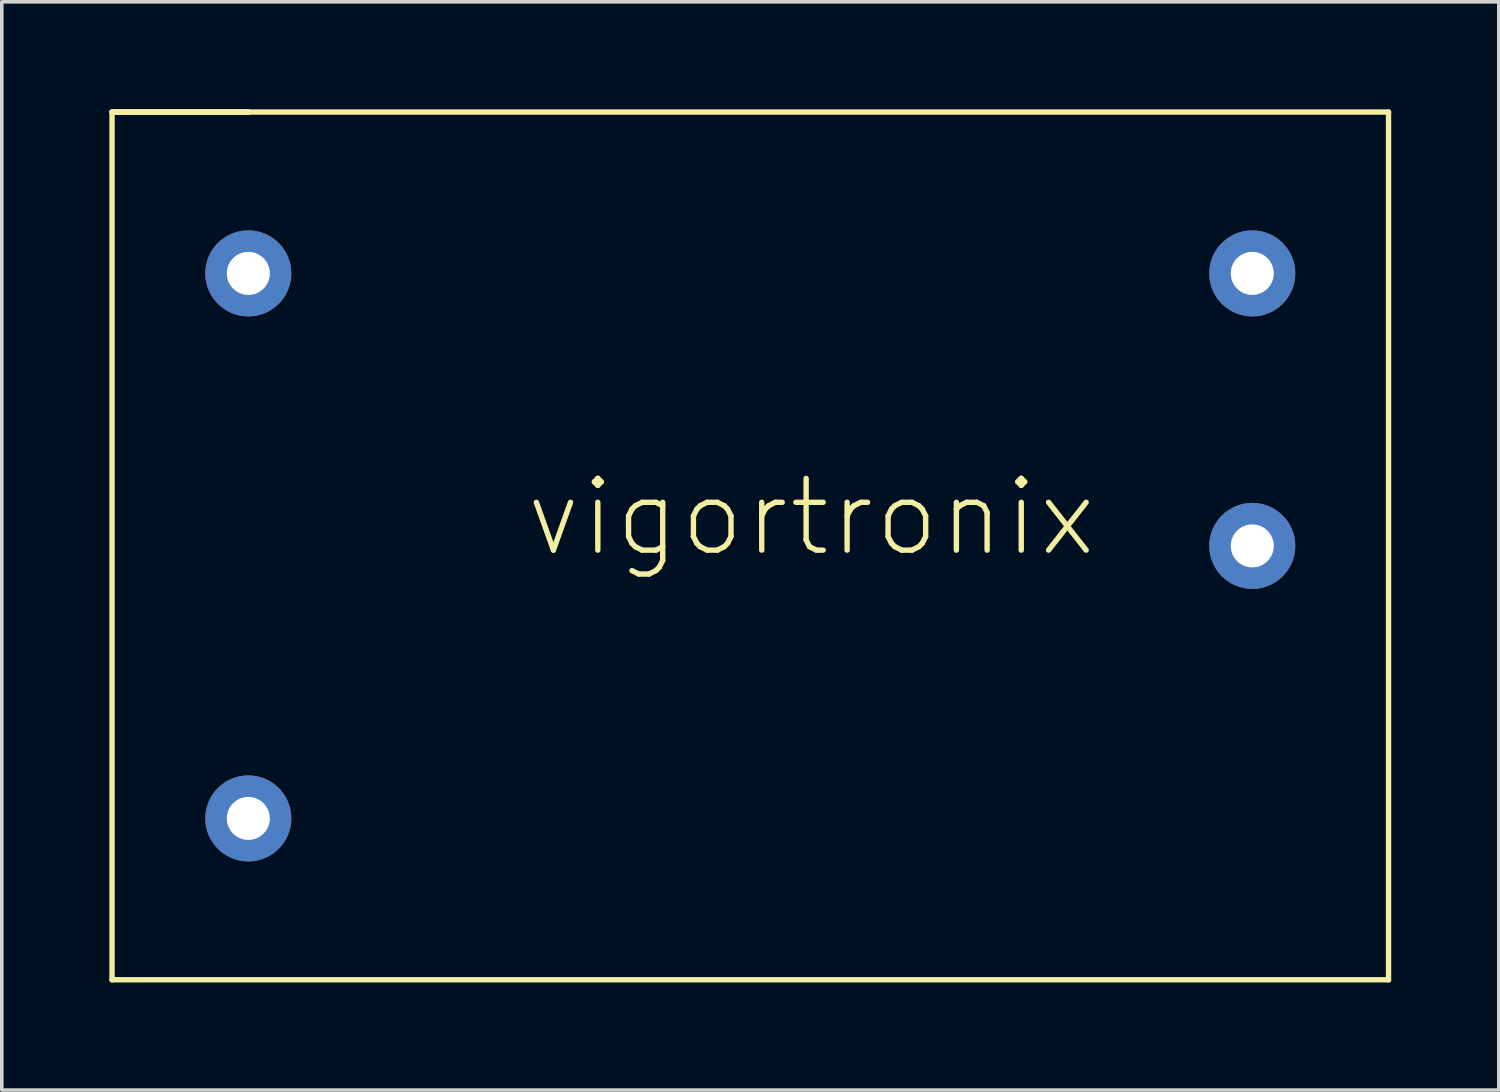
<source format=kicad_pcb>
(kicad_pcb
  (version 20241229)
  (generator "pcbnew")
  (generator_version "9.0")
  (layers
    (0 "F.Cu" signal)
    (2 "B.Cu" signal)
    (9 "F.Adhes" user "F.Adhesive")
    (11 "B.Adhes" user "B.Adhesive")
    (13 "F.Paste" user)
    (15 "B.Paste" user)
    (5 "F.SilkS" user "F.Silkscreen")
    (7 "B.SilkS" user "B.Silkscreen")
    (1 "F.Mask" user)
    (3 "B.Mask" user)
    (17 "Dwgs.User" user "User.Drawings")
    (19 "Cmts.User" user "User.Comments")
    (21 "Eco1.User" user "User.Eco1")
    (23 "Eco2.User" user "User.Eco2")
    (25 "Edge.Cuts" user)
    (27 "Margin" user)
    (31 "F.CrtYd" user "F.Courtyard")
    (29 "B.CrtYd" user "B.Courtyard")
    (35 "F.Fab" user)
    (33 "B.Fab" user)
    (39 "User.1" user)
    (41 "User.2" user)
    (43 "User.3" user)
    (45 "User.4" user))
  (footprint "vigortronix"
    (layer "F.Cu")
    (at 3.875 4.575)
    (property "Reference" "vigortronix" (at 15.7 6.8 0) (layer "F.SilkS") (effects (font (size 2 2) (thickness 0.15))))
    (attr through_hole)
    (fp_line (start -3.8 -4.5) (end 0 -4.5) (stroke (width 0.15) (type solid)) (layer "F.SilkS"))
    (fp_line (start -3.8 -4.5) (end 0 -4.5) (stroke (width 0.15) (type solid)) (layer "F.SilkS"))
    (fp_line (start -3.8 -4.5) (end 31.8 -4.5) (stroke (width 0.15) (type solid)) (layer "F.SilkS"))
    (fp_line (start -3.8 19.7) (end -3.8 -4.5) (stroke (width 0.15) (type solid)) (layer "F.SilkS"))
    (fp_line (start 31.8 -4.5) (end 31.8 19.7) (stroke (width 0.15) (type solid)) (layer "F.SilkS"))
    (fp_line (start 31.8 19.7) (end -3.8 19.7) (stroke (width 0.15) (type solid)) (layer "F.SilkS"))
    (pad "1" thru_hole circle (at 0 15.2) (size 2.4 2.4) (drill 1.2) (layers "*.Cu" "*.Mask"))
    (pad "2" thru_hole circle (at 0 0) (size 2.4 2.4) (drill 1.2) (layers "*.Cu" "*.Mask"))
    (pad "3" thru_hole circle (at 28 0) (size 2.4 2.4) (drill 1.2) (layers "*.Cu" "*.Mask"))
    (pad "4" thru_hole circle (at 28 7.6) (size 2.4 2.4) (drill 1.2) (layers "*.Cu" "*.Mask")))
  (gr_rect
    (start -3 -3)
    (end 38.75 27.35)
    (stroke (width 0.1) (type default))
    (fill no)
    (layer "Edge.Cuts")))
</source>
